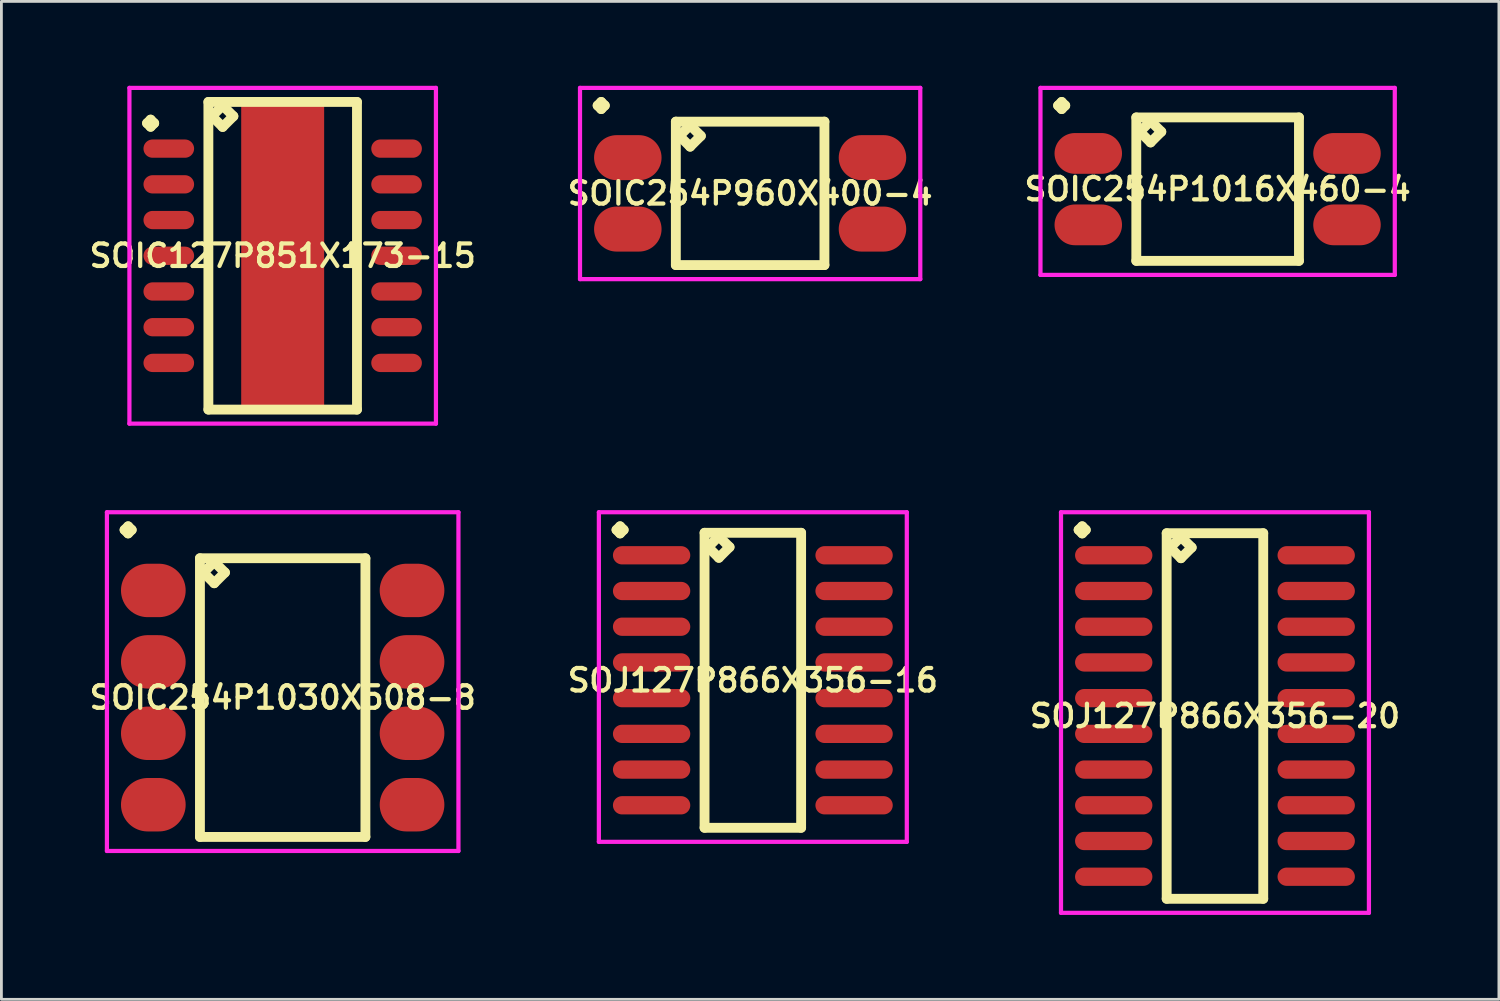
<source format=kicad_pcb>
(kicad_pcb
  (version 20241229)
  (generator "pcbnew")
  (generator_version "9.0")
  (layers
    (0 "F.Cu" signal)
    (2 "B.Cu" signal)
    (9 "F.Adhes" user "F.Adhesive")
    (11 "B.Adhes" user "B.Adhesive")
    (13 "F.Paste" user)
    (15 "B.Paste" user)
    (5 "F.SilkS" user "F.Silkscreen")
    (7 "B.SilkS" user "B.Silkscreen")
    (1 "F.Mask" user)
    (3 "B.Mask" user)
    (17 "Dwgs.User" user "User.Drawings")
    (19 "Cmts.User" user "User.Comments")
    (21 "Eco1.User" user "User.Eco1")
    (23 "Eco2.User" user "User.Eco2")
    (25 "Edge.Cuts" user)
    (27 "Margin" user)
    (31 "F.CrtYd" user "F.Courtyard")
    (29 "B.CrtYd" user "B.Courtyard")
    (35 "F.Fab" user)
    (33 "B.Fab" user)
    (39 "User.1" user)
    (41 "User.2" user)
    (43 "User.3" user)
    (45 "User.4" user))
  (footprint "SOJ127P866X356-16"
    (layer "F.Cu")
    (at 23.721 21.141)
    (property "Reference" "SOJ127P866X356-16" (at 0 0 0) (layer "F.SilkS") (effects (font (size 0.8 0.8) (thickness 0.15))))
    (attr smd)
    (fp_line (start -4.848 -5.349) (end -4.721 -5.476) (stroke (width 0.35) (type solid)) (layer "F.SilkS"))
    (fp_line (start -4.721 -5.476) (end -4.594 -5.349) (stroke (width 0.35) (type solid)) (layer "F.SilkS"))
    (fp_line (start -4.721 -5.222) (end -4.848 -5.349) (stroke (width 0.35) (type solid)) (layer "F.SilkS"))
    (fp_line (start -4.594 -5.349) (end -4.721 -5.222) (stroke (width 0.35) (type solid)) (layer "F.SilkS"))
    (fp_line (start -1.717 -5.245) (end -1.717 5.245) (stroke (width 0.35) (type solid)) (layer "F.SilkS"))
    (fp_line (start -1.717 5.245) (end 1.717 5.245) (stroke (width 0.35) (type solid)) (layer "F.SilkS"))
    (fp_line (start -1.59 -4.737) (end -1.209 -5.118) (stroke (width 0.35) (type solid)) (layer "F.SilkS"))
    (fp_line (start -1.209 -5.118) (end -0.828 -4.737) (stroke (width 0.35) (type solid)) (layer "F.SilkS"))
    (fp_line (start -1.209 -4.356) (end -1.59 -4.737) (stroke (width 0.35) (type solid)) (layer "F.SilkS"))
    (fp_line (start -0.828 -4.737) (end -1.209 -4.356) (stroke (width 0.35) (type solid)) (layer "F.SilkS"))
    (fp_line (start 1.717 -5.245) (end -1.717 -5.245) (stroke (width 0.35) (type solid)) (layer "F.SilkS"))
    (fp_line (start 1.717 5.245) (end 1.717 -5.245) (stroke (width 0.35) (type solid)) (layer "F.SilkS"))
    (fp_line (start -5.475 -5.976) (end 5.475 -5.976) (stroke (width 0.15) (type solid)) (layer "F.CrtYd"))
    (fp_line (start -5.475 5.745) (end -5.475 -5.976) (stroke (width 0.15) (type solid)) (layer "F.CrtYd"))
    (fp_line (start 5.475 -5.976) (end 5.475 5.745) (stroke (width 0.15) (type solid)) (layer "F.CrtYd"))
    (fp_line (start 5.475 5.745) (end -5.475 5.745) (stroke (width 0.15) (type solid)) (layer "F.CrtYd"))
    (pad "1" smd oval (at -3.6 -4.445) (size 2.75 0.65) (layers "F.Cu" "F.Mask" "F.Paste"))
    (pad "2" smd oval (at -3.6 -3.175) (size 2.75 0.65) (layers "F.Cu" "F.Mask" "F.Paste"))
    (pad "3" smd oval (at -3.6 -1.905) (size 2.75 0.65) (layers "F.Cu" "F.Mask" "F.Paste"))
    (pad "4" smd oval (at -3.6 -0.635) (size 2.75 0.65) (layers "F.Cu" "F.Mask" "F.Paste"))
    (pad "5" smd oval (at -3.6 0.635) (size 2.75 0.65) (layers "F.Cu" "F.Mask" "F.Paste"))
    (pad "6" smd oval (at -3.6 1.905) (size 2.75 0.65) (layers "F.Cu" "F.Mask" "F.Paste"))
    (pad "7" smd oval (at -3.6 3.175) (size 2.75 0.65) (layers "F.Cu" "F.Mask" "F.Paste"))
    (pad "8" smd oval (at -3.6 4.445) (size 2.75 0.65) (layers "F.Cu" "F.Mask" "F.Paste"))
    (pad "9" smd oval (at 3.6 4.445) (size 2.75 0.65) (layers "F.Cu" "F.Mask" "F.Paste"))
    (pad "10" smd oval (at 3.6 3.175) (size 2.75 0.65) (layers "F.Cu" "F.Mask" "F.Paste"))
    (pad "11" smd oval (at 3.6 1.905) (size 2.75 0.65) (layers "F.Cu" "F.Mask" "F.Paste"))
    (pad "12" smd oval (at 3.6 0.635) (size 2.75 0.65) (layers "F.Cu" "F.Mask" "F.Paste"))
    (pad "13" smd oval (at 3.6 -0.635) (size 2.75 0.65) (layers "F.Cu" "F.Mask" "F.Paste"))
    (pad "14" smd oval (at 3.6 -1.905) (size 2.75 0.65) (layers "F.Cu" "F.Mask" "F.Paste"))
    (pad "15" smd oval (at 3.6 -3.175) (size 2.75 0.65) (layers "F.Cu" "F.Mask" "F.Paste"))
    (pad "16" smd oval (at 3.6 -4.445) (size 2.75 0.65) (layers "F.Cu" "F.Mask" "F.Paste")))
  (footprint "SOIC254P1030X508-8"
    (layer "F.Cu")
    (at 7.002 21.756)
    (property "Reference" "SOIC254P1030X508-8" (at 0 0 0) (layer "F.SilkS") (effects (font (size 0.8 0.8) (thickness 0.15))))
    (attr smd)
    (fp_line (start -5.623 -5.964) (end -5.496 -6.091) (stroke (width 0.35) (type solid)) (layer "F.SilkS"))
    (fp_line (start -5.496 -6.091) (end -5.369 -5.964) (stroke (width 0.35) (type solid)) (layer "F.SilkS"))
    (fp_line (start -5.496 -5.837) (end -5.623 -5.964) (stroke (width 0.35) (type solid)) (layer "F.SilkS"))
    (fp_line (start -5.369 -5.964) (end -5.496 -5.837) (stroke (width 0.35) (type solid)) (layer "F.SilkS"))
    (fp_line (start -2.942 -4.955) (end -2.942 4.955) (stroke (width 0.35) (type solid)) (layer "F.SilkS"))
    (fp_line (start -2.942 4.955) (end 2.942 4.955) (stroke (width 0.35) (type solid)) (layer "F.SilkS"))
    (fp_line (start -2.815 -4.447) (end -2.434 -4.828) (stroke (width 0.35) (type solid)) (layer "F.SilkS"))
    (fp_line (start -2.434 -4.828) (end -2.053 -4.447) (stroke (width 0.35) (type solid)) (layer "F.SilkS"))
    (fp_line (start -2.434 -4.066) (end -2.815 -4.447) (stroke (width 0.35) (type solid)) (layer "F.SilkS"))
    (fp_line (start -2.053 -4.447) (end -2.434 -4.066) (stroke (width 0.35) (type solid)) (layer "F.SilkS"))
    (fp_line (start 2.942 -4.955) (end -2.942 -4.955) (stroke (width 0.35) (type solid)) (layer "F.SilkS"))
    (fp_line (start 2.942 4.955) (end 2.942 -4.955) (stroke (width 0.35) (type solid)) (layer "F.SilkS"))
    (fp_line (start -6.25 -6.591) (end 6.25 -6.591) (stroke (width 0.15) (type solid)) (layer "F.CrtYd"))
    (fp_line (start -6.25 5.455) (end -6.25 -6.591) (stroke (width 0.15) (type solid)) (layer "F.CrtYd"))
    (fp_line (start 6.25 -6.591) (end 6.25 5.455) (stroke (width 0.15) (type solid)) (layer "F.CrtYd"))
    (fp_line (start 6.25 5.455) (end -6.25 5.455) (stroke (width 0.15) (type solid)) (layer "F.CrtYd"))
    (pad "1" smd oval (at -4.6 -3.81) (size 2.3 1.9) (layers "F.Cu" "F.Mask" "F.Paste"))
    (pad "2" smd oval (at -4.6 -1.27) (size 2.3 1.9) (layers "F.Cu" "F.Mask" "F.Paste"))
    (pad "3" smd oval (at -4.6 1.27) (size 2.3 1.9) (layers "F.Cu" "F.Mask" "F.Paste"))
    (pad "4" smd oval (at -4.6 3.81) (size 2.3 1.9) (layers "F.Cu" "F.Mask" "F.Paste"))
    (pad "5" smd oval (at 4.6 3.81) (size 2.3 1.9) (layers "F.Cu" "F.Mask" "F.Paste"))
    (pad "6" smd oval (at 4.6 1.27) (size 2.3 1.9) (layers "F.Cu" "F.Mask" "F.Paste"))
    (pad "7" smd oval (at 4.6 -1.27) (size 2.3 1.9) (layers "F.Cu" "F.Mask" "F.Paste"))
    (pad "8" smd oval (at 4.6 -3.81) (size 2.3 1.9) (layers "F.Cu" "F.Mask" "F.Paste")))
  (footprint "SOIC127P851X173-15"
    (layer "F.Cu")
    (at 7.002 6.045)
    (property "Reference" "SOIC127P851X173-15" (at 0 0 0) (layer "F.SilkS") (effects (font (size 0.8 0.8) (thickness 0.15))))
    (attr smd)
    (fp_line (start -4.823 -4.714) (end -4.696 -4.841) (stroke (width 0.35) (type solid)) (layer "F.SilkS"))
    (fp_line (start -4.696 -4.841) (end -4.569 -4.714) (stroke (width 0.35) (type solid)) (layer "F.SilkS"))
    (fp_line (start -4.696 -4.587) (end -4.823 -4.714) (stroke (width 0.35) (type solid)) (layer "F.SilkS"))
    (fp_line (start -4.569 -4.714) (end -4.696 -4.587) (stroke (width 0.35) (type solid)) (layer "F.SilkS"))
    (fp_line (start -2.642 -5.47) (end -2.642 5.47) (stroke (width 0.35) (type solid)) (layer "F.SilkS"))
    (fp_line (start -2.642 5.47) (end 2.642 5.47) (stroke (width 0.35) (type solid)) (layer "F.SilkS"))
    (fp_line (start -2.515 -4.962) (end -2.134 -5.343) (stroke (width 0.35) (type solid)) (layer "F.SilkS"))
    (fp_line (start -2.134 -5.343) (end -1.753 -4.962) (stroke (width 0.35) (type solid)) (layer "F.SilkS"))
    (fp_line (start -2.134 -4.581) (end -2.515 -4.962) (stroke (width 0.35) (type solid)) (layer "F.SilkS"))
    (fp_line (start -1.753 -4.962) (end -2.134 -4.581) (stroke (width 0.35) (type solid)) (layer "F.SilkS"))
    (fp_line (start 2.642 -5.47) (end -2.642 -5.47) (stroke (width 0.35) (type solid)) (layer "F.SilkS"))
    (fp_line (start 2.642 5.47) (end 2.642 -5.47) (stroke (width 0.35) (type solid)) (layer "F.SilkS"))
    (fp_line (start -5.45 -5.97) (end 5.45 -5.97) (stroke (width 0.15) (type solid)) (layer "F.CrtYd"))
    (fp_line (start -5.45 5.97) (end -5.45 -5.97) (stroke (width 0.15) (type solid)) (layer "F.CrtYd"))
    (fp_line (start 5.45 -5.97) (end 5.45 5.97) (stroke (width 0.15) (type solid)) (layer "F.CrtYd"))
    (fp_line (start 5.45 5.97) (end -5.45 5.97) (stroke (width 0.15) (type solid)) (layer "F.CrtYd"))
    (pad "1" smd oval (at -4.05 -3.81) (size 1.8 0.65) (layers "F.Cu" "F.Mask" "F.Paste"))
    (pad "2" smd oval (at -4.05 -2.54) (size 1.8 0.65) (layers "F.Cu" "F.Mask" "F.Paste"))
    (pad "3" smd oval (at -4.05 -1.27) (size 1.8 0.65) (layers "F.Cu" "F.Mask" "F.Paste"))
    (pad "4" smd oval (at -4.05 0) (size 1.8 0.65) (layers "F.Cu" "F.Mask" "F.Paste"))
    (pad "5" smd oval (at -4.05 1.27) (size 1.8 0.65) (layers "F.Cu" "F.Mask" "F.Paste"))
    (pad "6" smd oval (at -4.05 2.54) (size 1.8 0.65) (layers "F.Cu" "F.Mask" "F.Paste"))
    (pad "7" smd oval (at -4.05 3.81) (size 1.8 0.65) (layers "F.Cu" "F.Mask" "F.Paste"))
    (pad "8" smd oval (at 4.05 3.81) (size 1.8 0.65) (layers "F.Cu" "F.Mask" "F.Paste"))
    (pad "9" smd oval (at 4.05 2.54) (size 1.8 0.65) (layers "F.Cu" "F.Mask" "F.Paste"))
    (pad "10" smd oval (at 4.05 1.27) (size 1.8 0.65) (layers "F.Cu" "F.Mask" "F.Paste"))
    (pad "11" smd oval (at 4.05 0) (size 1.8 0.65) (layers "F.Cu" "F.Mask" "F.Paste"))
    (pad "12" smd oval (at 4.05 -1.27) (size 1.8 0.65) (layers "F.Cu" "F.Mask" "F.Paste"))
    (pad "13" smd oval (at 4.05 -2.54) (size 1.8 0.65) (layers "F.Cu" "F.Mask" "F.Paste"))
    (pad "14" smd oval (at 4.05 -3.81) (size 1.8 0.65) (layers "F.Cu" "F.Mask" "F.Paste"))
    (pad "15" smd rect (at 0 0) (size 2.95 10.9) (layers "F.Cu" "F.Mask" "F.Paste")))
  (footprint "SOJ127P866X356-20"
    (layer "F.Cu")
    (at 40.154 22.411)
    (property "Reference" "SOJ127P866X356-20" (at 0 0 0) (layer "F.SilkS") (effects (font (size 0.8 0.8) (thickness 0.15))))
    (attr smd)
    (fp_line (start -4.848 -6.619) (end -4.721 -6.746) (stroke (width 0.35) (type solid)) (layer "F.SilkS"))
    (fp_line (start -4.721 -6.746) (end -4.594 -6.619) (stroke (width 0.35) (type solid)) (layer "F.SilkS"))
    (fp_line (start -4.721 -6.492) (end -4.848 -6.619) (stroke (width 0.35) (type solid)) (layer "F.SilkS"))
    (fp_line (start -4.594 -6.619) (end -4.721 -6.492) (stroke (width 0.35) (type solid)) (layer "F.SilkS"))
    (fp_line (start -1.717 -6.5) (end -1.717 6.5) (stroke (width 0.35) (type solid)) (layer "F.SilkS"))
    (fp_line (start -1.717 6.5) (end 1.717 6.5) (stroke (width 0.35) (type solid)) (layer "F.SilkS"))
    (fp_line (start -1.59 -5.992) (end -1.209 -6.373) (stroke (width 0.35) (type solid)) (layer "F.SilkS"))
    (fp_line (start -1.209 -6.373) (end -0.828 -5.992) (stroke (width 0.35) (type solid)) (layer "F.SilkS"))
    (fp_line (start -1.209 -5.611) (end -1.59 -5.992) (stroke (width 0.35) (type solid)) (layer "F.SilkS"))
    (fp_line (start -0.828 -5.992) (end -1.209 -5.611) (stroke (width 0.35) (type solid)) (layer "F.SilkS"))
    (fp_line (start 1.717 -6.5) (end -1.717 -6.5) (stroke (width 0.35) (type solid)) (layer "F.SilkS"))
    (fp_line (start 1.717 6.5) (end 1.717 -6.5) (stroke (width 0.35) (type solid)) (layer "F.SilkS"))
    (fp_line (start -5.475 -7.246) (end 5.475 -7.246) (stroke (width 0.15) (type solid)) (layer "F.CrtYd"))
    (fp_line (start -5.475 7) (end -5.475 -7.246) (stroke (width 0.15) (type solid)) (layer "F.CrtYd"))
    (fp_line (start 5.475 -7.246) (end 5.475 7) (stroke (width 0.15) (type solid)) (layer "F.CrtYd"))
    (fp_line (start 5.475 7) (end -5.475 7) (stroke (width 0.15) (type solid)) (layer "F.CrtYd"))
    (pad "1" smd oval (at -3.6 -5.715) (size 2.75 0.65) (layers "F.Cu" "F.Mask" "F.Paste"))
    (pad "2" smd oval (at -3.6 -4.445) (size 2.75 0.65) (layers "F.Cu" "F.Mask" "F.Paste"))
    (pad "3" smd oval (at -3.6 -3.175) (size 2.75 0.65) (layers "F.Cu" "F.Mask" "F.Paste"))
    (pad "4" smd oval (at -3.6 -1.905) (size 2.75 0.65) (layers "F.Cu" "F.Mask" "F.Paste"))
    (pad "5" smd oval (at -3.6 -0.635) (size 2.75 0.65) (layers "F.Cu" "F.Mask" "F.Paste"))
    (pad "6" smd oval (at -3.6 0.635) (size 2.75 0.65) (layers "F.Cu" "F.Mask" "F.Paste"))
    (pad "7" smd oval (at -3.6 1.905) (size 2.75 0.65) (layers "F.Cu" "F.Mask" "F.Paste"))
    (pad "8" smd oval (at -3.6 3.175) (size 2.75 0.65) (layers "F.Cu" "F.Mask" "F.Paste"))
    (pad "9" smd oval (at -3.6 4.445) (size 2.75 0.65) (layers "F.Cu" "F.Mask" "F.Paste"))
    (pad "10" smd oval (at -3.6 5.715) (size 2.75 0.65) (layers "F.Cu" "F.Mask" "F.Paste"))
    (pad "11" smd oval (at 3.6 5.715) (size 2.75 0.65) (layers "F.Cu" "F.Mask" "F.Paste"))
    (pad "12" smd oval (at 3.6 4.445) (size 2.75 0.65) (layers "F.Cu" "F.Mask" "F.Paste"))
    (pad "13" smd oval (at 3.6 3.175) (size 2.75 0.65) (layers "F.Cu" "F.Mask" "F.Paste"))
    (pad "14" smd oval (at 3.6 1.905) (size 2.75 0.65) (layers "F.Cu" "F.Mask" "F.Paste"))
    (pad "15" smd oval (at 3.6 0.635) (size 2.75 0.65) (layers "F.Cu" "F.Mask" "F.Paste"))
    (pad "16" smd oval (at 3.6 -0.635) (size 2.75 0.65) (layers "F.Cu" "F.Mask" "F.Paste"))
    (pad "17" smd oval (at 3.6 -1.905) (size 2.75 0.65) (layers "F.Cu" "F.Mask" "F.Paste"))
    (pad "18" smd oval (at 3.6 -3.175) (size 2.75 0.65) (layers "F.Cu" "F.Mask" "F.Paste"))
    (pad "19" smd oval (at 3.6 -4.445) (size 2.75 0.65) (layers "F.Cu" "F.Mask" "F.Paste"))
    (pad "20" smd oval (at 3.6 -5.715) (size 2.75 0.65) (layers "F.Cu" "F.Mask" "F.Paste")))
  (footprint "SOIC254P1016X460-4"
    (layer "F.Cu")
    (at 40.249 3.676)
    (property "Reference" "SOIC254P1016X460-4" (at 0 0 0) (layer "F.SilkS") (effects (font (size 0.8 0.8) (thickness 0.15))))
    (attr smd)
    (fp_line (start -5.673 -2.974) (end -5.546 -3.101) (stroke (width 0.35) (type solid)) (layer "F.SilkS"))
    (fp_line (start -5.546 -3.101) (end -5.419 -2.974) (stroke (width 0.35) (type solid)) (layer "F.SilkS"))
    (fp_line (start -5.546 -2.847) (end -5.673 -2.974) (stroke (width 0.35) (type solid)) (layer "F.SilkS"))
    (fp_line (start -5.419 -2.974) (end -5.546 -2.847) (stroke (width 0.35) (type solid)) (layer "F.SilkS"))
    (fp_line (start -2.892 -2.55) (end -2.892 2.55) (stroke (width 0.35) (type solid)) (layer "F.SilkS"))
    (fp_line (start -2.892 2.55) (end 2.892 2.55) (stroke (width 0.35) (type solid)) (layer "F.SilkS"))
    (fp_line (start -2.765 -2.042) (end -2.384 -2.423) (stroke (width 0.35) (type solid)) (layer "F.SilkS"))
    (fp_line (start -2.384 -2.423) (end -2.003 -2.042) (stroke (width 0.35) (type solid)) (layer "F.SilkS"))
    (fp_line (start -2.384 -1.661) (end -2.765 -2.042) (stroke (width 0.35) (type solid)) (layer "F.SilkS"))
    (fp_line (start -2.003 -2.042) (end -2.384 -1.661) (stroke (width 0.35) (type solid)) (layer "F.SilkS"))
    (fp_line (start 2.892 -2.55) (end -2.892 -2.55) (stroke (width 0.35) (type solid)) (layer "F.SilkS"))
    (fp_line (start 2.892 2.55) (end 2.892 -2.55) (stroke (width 0.35) (type solid)) (layer "F.SilkS"))
    (fp_line (start -6.3 -3.601) (end 6.3 -3.601) (stroke (width 0.15) (type solid)) (layer "F.CrtYd"))
    (fp_line (start -6.3 3.05) (end -6.3 -3.601) (stroke (width 0.15) (type solid)) (layer "F.CrtYd"))
    (fp_line (start 6.3 -3.601) (end 6.3 3.05) (stroke (width 0.15) (type solid)) (layer "F.CrtYd"))
    (fp_line (start 6.3 3.05) (end -6.3 3.05) (stroke (width 0.15) (type solid)) (layer "F.CrtYd"))
    (pad "1" smd oval (at -4.6 -1.27) (size 2.4 1.45) (layers "F.Cu" "F.Mask" "F.Paste"))
    (pad "2" smd oval (at -4.6 1.27) (size 2.4 1.45) (layers "F.Cu" "F.Mask" "F.Paste"))
    (pad "3" smd oval (at 4.6 1.27) (size 2.4 1.45) (layers "F.Cu" "F.Mask" "F.Paste"))
    (pad "4" smd oval (at 4.6 -1.27) (size 2.4 1.45) (layers "F.Cu" "F.Mask" "F.Paste")))
  (footprint "SOIC254P960X400-4"
    (layer "F.Cu")
    (at 23.625 3.826)
    (property "Reference" "SOIC254P960X400-4" (at 0 0 0) (layer "F.SilkS") (effects (font (size 0.8 0.8) (thickness 0.15))))
    (attr smd)
    (fp_line (start -5.423 -3.124) (end -5.296 -3.251) (stroke (width 0.35) (type solid)) (layer "F.SilkS"))
    (fp_line (start -5.296 -3.251) (end -5.169 -3.124) (stroke (width 0.35) (type solid)) (layer "F.SilkS"))
    (fp_line (start -5.296 -2.997) (end -5.423 -3.124) (stroke (width 0.35) (type solid)) (layer "F.SilkS"))
    (fp_line (start -5.169 -3.124) (end -5.296 -2.997) (stroke (width 0.35) (type solid)) (layer "F.SilkS"))
    (fp_line (start -2.642 -2.55) (end -2.642 2.55) (stroke (width 0.35) (type solid)) (layer "F.SilkS"))
    (fp_line (start -2.642 2.55) (end 2.642 2.55) (stroke (width 0.35) (type solid)) (layer "F.SilkS"))
    (fp_line (start -2.515 -2.042) (end -2.134 -2.423) (stroke (width 0.35) (type solid)) (layer "F.SilkS"))
    (fp_line (start -2.134 -2.423) (end -1.753 -2.042) (stroke (width 0.35) (type solid)) (layer "F.SilkS"))
    (fp_line (start -2.134 -1.661) (end -2.515 -2.042) (stroke (width 0.35) (type solid)) (layer "F.SilkS"))
    (fp_line (start -1.753 -2.042) (end -2.134 -1.661) (stroke (width 0.35) (type solid)) (layer "F.SilkS"))
    (fp_line (start 2.642 -2.55) (end -2.642 -2.55) (stroke (width 0.35) (type solid)) (layer "F.SilkS"))
    (fp_line (start 2.642 2.55) (end 2.642 -2.55) (stroke (width 0.35) (type solid)) (layer "F.SilkS"))
    (fp_line (start -6.05 -3.751) (end 6.05 -3.751) (stroke (width 0.15) (type solid)) (layer "F.CrtYd"))
    (fp_line (start -6.05 3.05) (end -6.05 -3.751) (stroke (width 0.15) (type solid)) (layer "F.CrtYd"))
    (fp_line (start 6.05 -3.751) (end 6.05 3.05) (stroke (width 0.15) (type solid)) (layer "F.CrtYd"))
    (fp_line (start 6.05 3.05) (end -6.05 3.05) (stroke (width 0.15) (type solid)) (layer "F.CrtYd"))
    (pad "1" smd oval (at -4.35 -1.27) (size 2.4 1.6) (layers "F.Cu" "F.Mask" "F.Paste"))
    (pad "2" smd oval (at -4.35 1.27) (size 2.4 1.6) (layers "F.Cu" "F.Mask" "F.Paste"))
    (pad "3" smd oval (at 4.35 1.27) (size 2.4 1.6) (layers "F.Cu" "F.Mask" "F.Paste"))
    (pad "4" smd oval (at 4.35 -1.27) (size 2.4 1.6) (layers "F.Cu" "F.Mask" "F.Paste")))
  (gr_rect
    (start -3 -3)
    (end 50.251 32.486)
    (stroke (width 0.1) (type default))
    (fill no)
    (layer "Edge.Cuts")))
</source>
